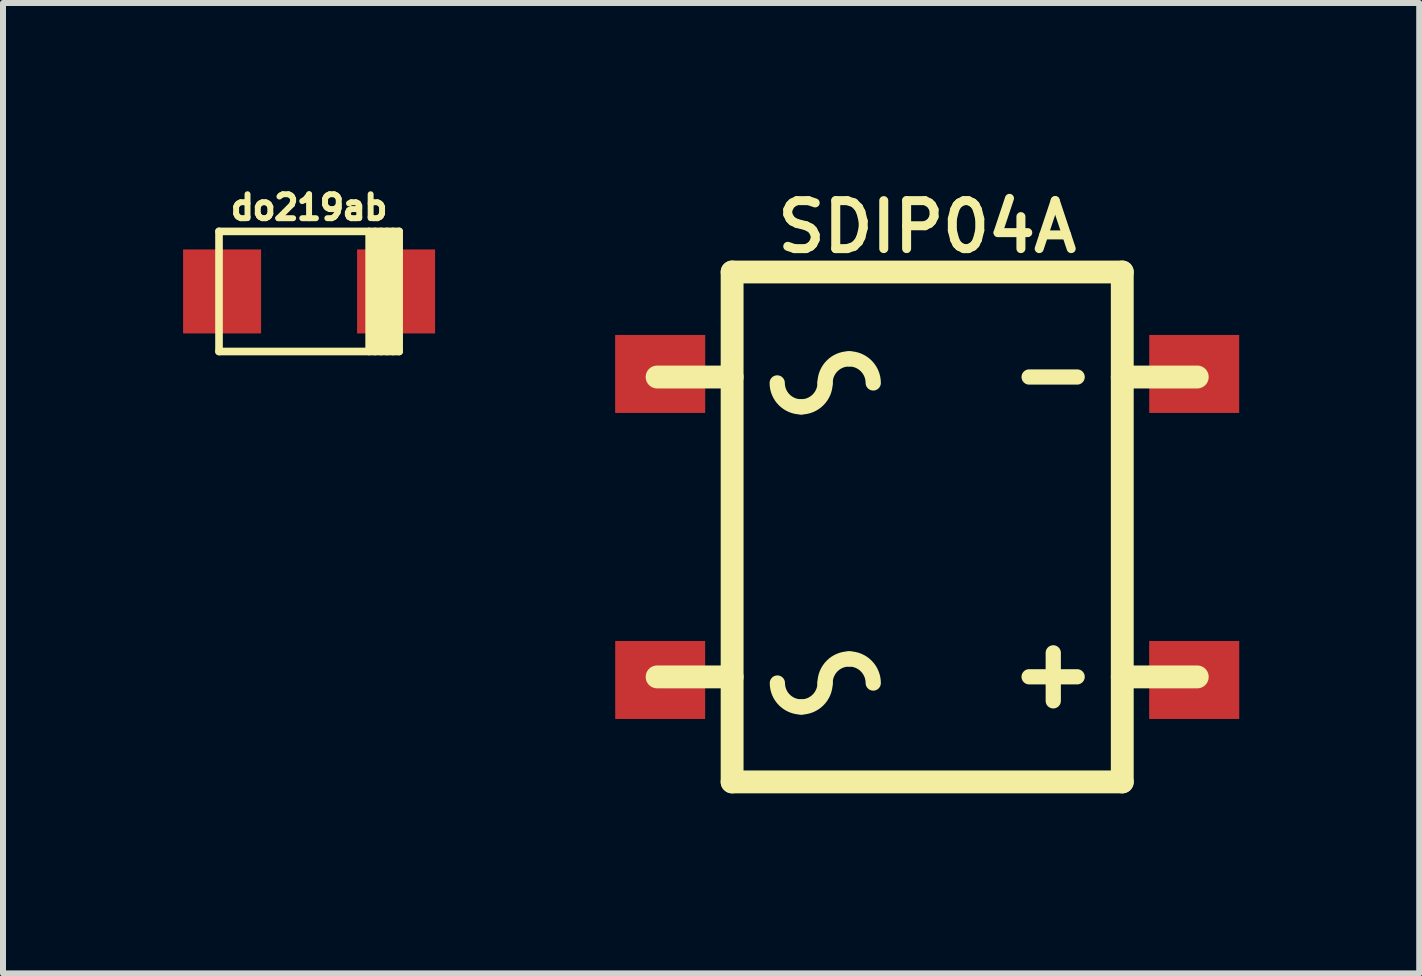
<source format=kicad_pcb>
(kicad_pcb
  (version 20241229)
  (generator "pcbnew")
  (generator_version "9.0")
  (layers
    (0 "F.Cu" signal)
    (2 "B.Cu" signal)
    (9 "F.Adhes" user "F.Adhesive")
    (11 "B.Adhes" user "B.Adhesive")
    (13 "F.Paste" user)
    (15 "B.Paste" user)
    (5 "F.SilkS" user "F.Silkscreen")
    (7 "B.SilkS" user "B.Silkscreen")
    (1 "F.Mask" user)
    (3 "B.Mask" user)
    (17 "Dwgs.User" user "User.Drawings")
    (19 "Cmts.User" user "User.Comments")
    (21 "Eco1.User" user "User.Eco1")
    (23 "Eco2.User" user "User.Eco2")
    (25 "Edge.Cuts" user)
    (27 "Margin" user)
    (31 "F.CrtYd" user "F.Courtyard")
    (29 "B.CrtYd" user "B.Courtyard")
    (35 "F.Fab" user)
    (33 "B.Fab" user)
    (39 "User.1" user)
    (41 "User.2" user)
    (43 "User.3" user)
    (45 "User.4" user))
  (footprint "do219ab"
    (layer "F.Cu")
    (at 2.101 1.807)
    (property "Reference" "do219ab" (at 0 -1.4 0) (layer "F.SilkS") (effects (font (size 0.399 0.399) (thickness 0.099))))
    (attr through_hole)
    (fp_line (start -1.501 -1.001) (end -1.501 1.001) (stroke (width 0.127) (type solid)) (layer "F.SilkS"))
    (fp_line (start -1.501 1.001) (end 1.501 1.001) (stroke (width 0.127) (type solid)) (layer "F.SilkS"))
    (fp_line (start 1.001 -1.001) (end 1.001 1.001) (stroke (width 0.127) (type solid)) (layer "F.SilkS"))
    (fp_line (start 1.1 -1.001) (end 1.1 1.001) (stroke (width 0.127) (type solid)) (layer "F.SilkS"))
    (fp_line (start 1.199 1.001) (end 1.199 -1.001) (stroke (width 0.127) (type solid)) (layer "F.SilkS"))
    (fp_line (start 1.3 -1.001) (end 1.3 1.001) (stroke (width 0.127) (type solid)) (layer "F.SilkS"))
    (fp_line (start 1.4 1.001) (end 1.4 -1.001) (stroke (width 0.127) (type solid)) (layer "F.SilkS"))
    (fp_line (start 1.501 -1.001) (end -1.501 -1.001) (stroke (width 0.127) (type solid)) (layer "F.SilkS"))
    (fp_line (start 1.501 1.001) (end 1.501 -1.001) (stroke (width 0.127) (type solid)) (layer "F.SilkS"))
    (pad "1" smd rect (at -1.45 0) (size 1.3 1.4) (layers "F.Cu" "F.Mask" "F.Paste"))
    (pad "2" smd rect (at 1.45 0) (size 1.3 1.4) (layers "F.Cu" "F.Mask" "F.Paste")))
  (footprint "SDIP04A"
    (layer "F.Cu")
    (at 12.402 5.732)
    (property "Reference" "SDIP04A" (at 0 -5.001 0) (layer "F.SilkS") (effects (font (size 0.8 0.8) (thickness 0.15))))
    (attr through_hole)
    (fp_line (start -4.501 -2.499) (end -3.251 -2.499) (stroke (width 0.381) (type solid)) (layer "F.SilkS"))
    (fp_line (start -4.501 2.499) (end -3.251 2.499) (stroke (width 0.381) (type solid)) (layer "F.SilkS"))
    (fp_line (start -3.251 -4.249) (end -3.251 4.249) (stroke (width 0.381) (type solid)) (layer "F.SilkS"))
    (fp_line (start -3.251 4.249) (end 3.251 4.249) (stroke (width 0.381) (type solid)) (layer "F.SilkS"))
    (fp_line (start 2.101 2.098) (end 2.101 2.898) (stroke (width 0.254) (type solid)) (layer "F.SilkS"))
    (fp_line (start 2.499 -2.499) (end 1.699 -2.499) (stroke (width 0.254) (type solid)) (layer "F.SilkS"))
    (fp_line (start 2.499 2.497) (end 1.699 2.497) (stroke (width 0.254) (type solid)) (layer "F.SilkS"))
    (fp_line (start 3.251 -4.249) (end -3.251 -4.249) (stroke (width 0.381) (type solid)) (layer "F.SilkS"))
    (fp_line (start 3.251 4.249) (end 3.251 -4.249) (stroke (width 0.381) (type solid)) (layer "F.SilkS"))
    (fp_line (start 4.501 -2.499) (end 3.251 -2.499) (stroke (width 0.381) (type solid)) (layer "F.SilkS"))
    (fp_line (start 4.501 2.499) (end 3.251 2.499) (stroke (width 0.381) (type solid)) (layer "F.SilkS"))
    (fp_arc (start -2.10058 -2.00152) (mid -2.38256 -2.11832) (end -2.49936 -2.4003) (stroke (width 0.254) (type solid)) (layer "F.SilkS"))
    (fp_arc (start -2.09804 2.99974) (mid -2.38002 2.88294) (end -2.49682 2.60096) (stroke (width 0.254) (type solid)) (layer "F.SilkS"))
    (fp_arc (start -1.7018 -2.4003) (mid -1.8186 -2.11832) (end -2.10058 -2.00152) (stroke (width 0.254) (type solid)) (layer "F.SilkS"))
    (fp_arc (start -1.7018 -2.4003) (mid -1.584256 -2.684076) (end -1.30048 -2.80162) (stroke (width 0.254) (type solid)) (layer "F.SilkS"))
    (fp_arc (start -1.7018 2.60096) (mid -1.8186 2.88294) (end -2.10058 2.99974) (stroke (width 0.254) (type solid)) (layer "F.SilkS"))
    (fp_arc (start -1.7018 2.60096) (mid -1.584256 2.317184) (end -1.30048 2.19964) (stroke (width 0.254) (type solid)) (layer "F.SilkS"))
    (fp_arc (start -1.30048 -2.80162) (mid -1.016704 -2.684076) (end -0.89916 -2.4003) (stroke (width 0.254) (type solid)) (layer "F.SilkS"))
    (fp_arc (start -1.30048 2.19964) (mid -1.016704 2.317184) (end -0.89916 2.60096) (stroke (width 0.254) (type solid)) (layer "F.SilkS"))
    (pad "1" smd rect (at 4.45 2.55) (size 1.501 1.3) (layers "F.Cu" "F.Mask" "F.Paste"))
    (pad "2" smd rect (at -4.45 -2.55) (size 1.501 1.3) (layers "F.Cu" "F.Mask" "F.Paste"))
    (pad "3" smd rect (at -4.45 2.55) (size 1.499 1.3) (layers "F.Cu" "F.Mask" "F.Paste"))
    (pad "4" smd rect (at 4.45 -2.55) (size 1.499 1.3) (layers "F.Cu" "F.Mask" "F.Paste")))
  (gr_rect
    (start -3 -3)
    (end 20.602 13.172)
    (stroke (width 0.1) (type default))
    (fill no)
    (layer "Edge.Cuts")))
</source>
